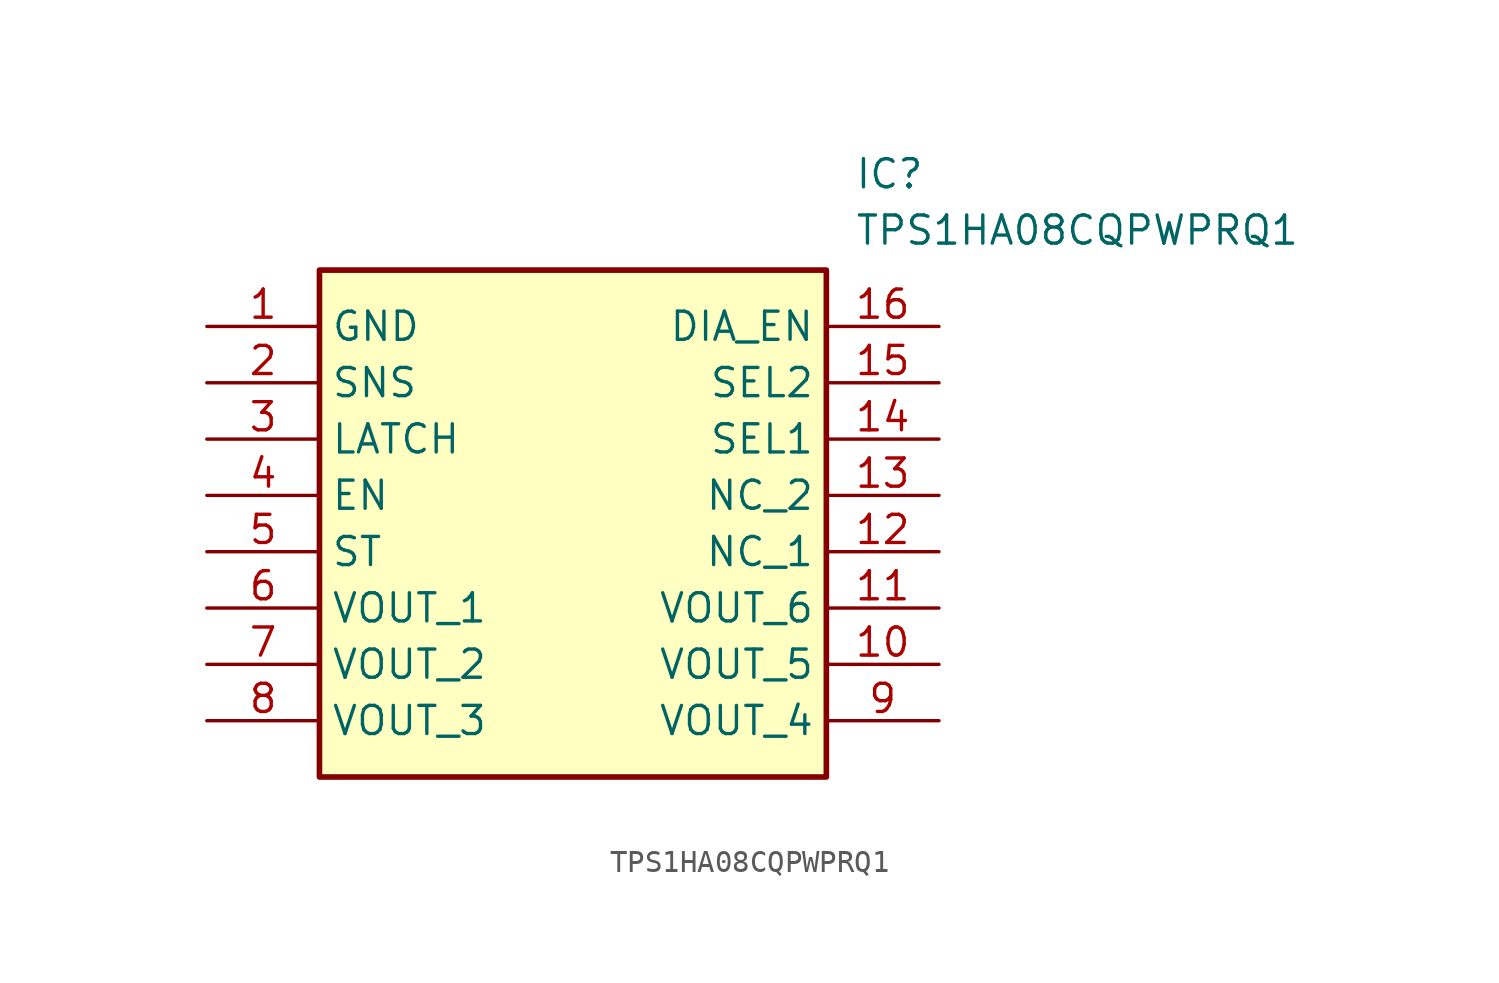
<source format=kicad_sym>
(kicad_symbol_lib
  (version 20211014)
  (generator SamacSys_ECAD_Model)
  (symbol "TPS1HA08CQPWPRQ1"
    (property "Reference" "IC"
      (at 29.21 7.62 0)
      (effects (font (size 1.27 1.27)) (justify left top)))
    (property "Value" "TPS1HA08CQPWPRQ1"
      (at 29.21 5.08 0)
      (effects (font (size 1.27 1.27)) (justify left top)))
    (rectangle
      (start 5.08 2.54)
      (end 27.94 -20.32)
      (stroke (width 0.254) (type default))
      (fill (type background)))
    (pin passive line
      (at 0 0 0)
      (length 5.08)
      (name "GND" (effects (font (size 1.27 1.27))))
      (number "1" (effects (font (size 1.27 1.27)))))
    (pin passive line
      (at 0 -2.54 0)
      (length 5.08)
      (name "SNS" (effects (font (size 1.27 1.27))))
      (number "2" (effects (font (size 1.27 1.27)))))
    (pin passive line
      (at 0 -5.08 0)
      (length 5.08)
      (name "LATCH" (effects (font (size 1.27 1.27))))
      (number "3" (effects (font (size 1.27 1.27)))))
    (pin passive line
      (at 0 -7.62 0)
      (length 5.08)
      (name "EN" (effects (font (size 1.27 1.27))))
      (number "4" (effects (font (size 1.27 1.27)))))
    (pin passive line
      (at 0 -10.16 0)
      (length 5.08)
      (name "ST" (effects (font (size 1.27 1.27))))
      (number "5" (effects (font (size 1.27 1.27)))))
    (pin passive line
      (at 0 -12.7 0)
      (length 5.08)
      (name "VOUT_1" (effects (font (size 1.27 1.27))))
      (number "6" (effects (font (size 1.27 1.27)))))
    (pin passive line
      (at 0 -15.24 0)
      (length 5.08)
      (name "VOUT_2" (effects (font (size 1.27 1.27))))
      (number "7" (effects (font (size 1.27 1.27)))))
    (pin passive line
      (at 0 -17.78 0)
      (length 5.08)
      (name "VOUT_3" (effects (font (size 1.27 1.27))))
      (number "8" (effects (font (size 1.27 1.27)))))
    (pin passive line
      (at 33.02 0 180)
      (length 5.08)
      (name "DIA_EN" (effects (font (size 1.27 1.27))))
      (number "16" (effects (font (size 1.27 1.27)))))
    (pin passive line
      (at 33.02 -2.54 180)
      (length 5.08)
      (name "SEL2" (effects (font (size 1.27 1.27))))
      (number "15" (effects (font (size 1.27 1.27)))))
    (pin passive line
      (at 33.02 -5.08 180)
      (length 5.08)
      (name "SEL1" (effects (font (size 1.27 1.27))))
      (number "14" (effects (font (size 1.27 1.27)))))
    (pin passive line
      (at 33.02 -7.62 180)
      (length 5.08)
      (name "NC_2" (effects (font (size 1.27 1.27))))
      (number "13" (effects (font (size 1.27 1.27)))))
    (pin passive line
      (at 33.02 -10.16 180)
      (length 5.08)
      (name "NC_1" (effects (font (size 1.27 1.27))))
      (number "12" (effects (font (size 1.27 1.27)))))
    (pin passive line
      (at 33.02 -12.7 180)
      (length 5.08)
      (name "VOUT_6" (effects (font (size 1.27 1.27))))
      (number "11" (effects (font (size 1.27 1.27)))))
    (pin passive line
      (at 33.02 -15.24 180)
      (length 5.08)
      (name "VOUT_5" (effects (font (size 1.27 1.27))))
      (number "10" (effects (font (size 1.27 1.27)))))
    (pin passive line
      (at 33.02 -17.78 180)
      (length 5.08)
      (name "VOUT_4" (effects (font (size 1.27 1.27))))
      (number "9" (effects (font (size 1.27 1.27)))))))
</source>
